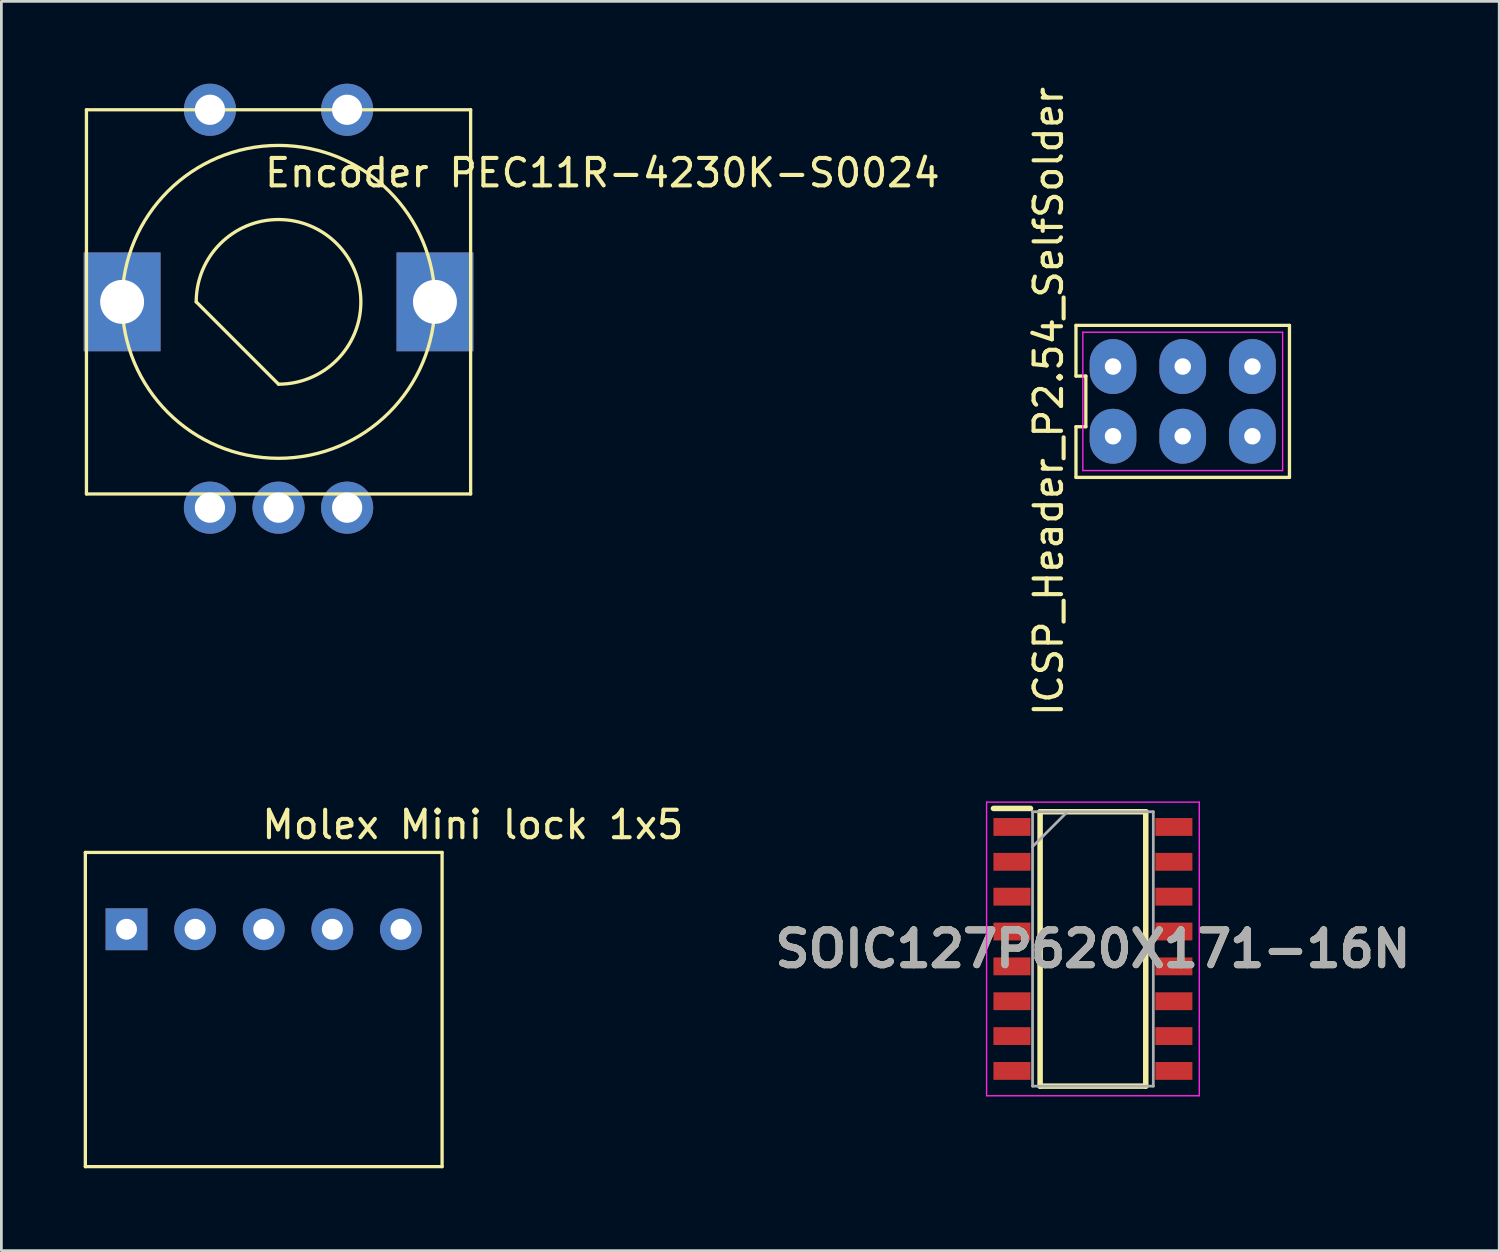
<source format=kicad_pcb>
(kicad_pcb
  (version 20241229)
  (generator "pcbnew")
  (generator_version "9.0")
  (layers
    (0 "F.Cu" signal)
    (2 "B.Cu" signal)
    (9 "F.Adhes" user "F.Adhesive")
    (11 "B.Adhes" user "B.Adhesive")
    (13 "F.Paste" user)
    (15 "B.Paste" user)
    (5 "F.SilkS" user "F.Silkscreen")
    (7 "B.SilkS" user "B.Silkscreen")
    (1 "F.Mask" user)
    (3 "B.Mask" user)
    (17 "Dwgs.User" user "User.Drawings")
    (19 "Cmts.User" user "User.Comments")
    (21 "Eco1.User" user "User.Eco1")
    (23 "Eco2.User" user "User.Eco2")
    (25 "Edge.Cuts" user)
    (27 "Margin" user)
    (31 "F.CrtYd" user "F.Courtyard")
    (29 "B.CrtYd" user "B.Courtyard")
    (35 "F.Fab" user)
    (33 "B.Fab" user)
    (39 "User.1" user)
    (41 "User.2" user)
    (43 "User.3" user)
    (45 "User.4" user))
  (footprint "Encoder PEC11R-4230K-S0024"
    (layer "F.Cu")
    (at 7.1 7.95)
    (property "Reference" "Encoder PEC11R-4230K-S0024" (at 11.8 -4.7 0) (layer "F.SilkS") (effects (font (size 1 1) (thickness 0.15))))
    (attr through_hole)
    (fp_line (start -7 -7) (end 7 -7) (stroke (width 0.12) (type solid)) (layer "F.SilkS"))
    (fp_line (start -7 7) (end -7 -7) (stroke (width 0.12) (type solid)) (layer "F.SilkS"))
    (fp_line (start -3 0) (end 0 3) (stroke (width 0.12) (type solid)) (layer "F.SilkS"))
    (fp_line (start 7 -7) (end 7 7) (stroke (width 0.12) (type solid)) (layer "F.SilkS"))
    (fp_line (start 7 7) (end -7 7) (stroke (width 0.12) (type solid)) (layer "F.SilkS"))
    (fp_arc (start -3 0) (mid 2.12132 -2.12132) (end 0 3) (stroke (width 0.12) (type solid)) (layer "F.SilkS"))
    (fp_circle (center 0 0) (end 4.5 3.5) (stroke (width 0.12) (type solid)) (fill no) (layer "F.SilkS"))
    (pad "" np_thru_hole rect (at -5.7 0) (size 2.8 3.6) (drill 1.6) (layers "*.Cu" "*.Mask"))
    (pad "" np_thru_hole rect (at 5.7 0) (size 2.8 3.6) (drill 1.6) (layers "*.Cu" "*.Mask"))
    (pad "A" thru_hole circle (at -2.5 7.5) (size 1.9 1.9) (drill 1.1) (layers "*.Cu" "*.Mask"))
    (pad "B" thru_hole circle (at 2.5 7.5) (size 1.9 1.9) (drill 1.1) (layers "*.Cu" "*.Mask"))
    (pad "C" thru_hole circle (at 0 7.5) (size 1.9 1.9) (drill 1.1) (layers "*.Cu" "*.Mask"))
    (pad "S1" thru_hole circle (at 2.5 -7) (size 1.9 1.9) (drill 1.1) (layers "*.Cu" "*.Mask"))
    (pad "S2" thru_hole circle (at -2.5 -7) (size 1.9 1.9) (drill 1.1) (layers "*.Cu" "*.Mask")))
  (footprint "SOIC127P620X171-16N"
    (layer "F.Cu")
    (at 36.777 31.53)
    (property "Reference" "SOIC127P620X171-16N" (at 0 0 0) (layer "F.SilkS") (effects (font (size 1.27 1.27) (thickness 0.254))))
    (attr smd)
    (fp_line (start -3.625 -5.12) (end -2.275 -5.12) (stroke (width 0.2) (type solid)) (layer "F.SilkS"))
    (fp_line (start -1.925 -5) (end 1.925 -5) (stroke (width 0.2) (type solid)) (layer "F.SilkS"))
    (fp_line (start -1.925 5) (end -1.925 -5) (stroke (width 0.2) (type solid)) (layer "F.SilkS"))
    (fp_line (start 1.925 -5) (end 1.925 5) (stroke (width 0.2) (type solid)) (layer "F.SilkS"))
    (fp_line (start 1.925 5) (end -1.925 5) (stroke (width 0.2) (type solid)) (layer "F.SilkS"))
    (fp_line (start -3.875 -5.35) (end 3.875 -5.35) (stroke (width 0.05) (type solid)) (layer "F.CrtYd"))
    (fp_line (start -3.875 5.35) (end -3.875 -5.35) (stroke (width 0.05) (type solid)) (layer "F.CrtYd"))
    (fp_line (start 3.875 -5.35) (end 3.875 5.35) (stroke (width 0.05) (type solid)) (layer "F.CrtYd"))
    (fp_line (start 3.875 5.35) (end -3.875 5.35) (stroke (width 0.05) (type solid)) (layer "F.CrtYd"))
    (fp_line (start -2.2 -5) (end 2.2 -5) (stroke (width 0.1) (type solid)) (layer "F.Fab"))
    (fp_line (start -2.2 -3.73) (end -0.93 -5) (stroke (width 0.1) (type solid)) (layer "F.Fab"))
    (fp_line (start -2.2 5) (end -2.2 -5) (stroke (width 0.1) (type solid)) (layer "F.Fab"))
    (fp_line (start 2.2 -5) (end 2.2 5) (stroke (width 0.1) (type solid)) (layer "F.Fab"))
    (fp_line (start 2.2 5) (end -2.2 5) (stroke (width 0.1) (type solid)) (layer "F.Fab"))
    (fp_text user "${REFERENCE}" (at 0 0 0) (layer "F.Fab") (effects (font (size 1.27 1.27) (thickness 0.254))))
    (pad "1" smd rect (at -2.95 -4.445 90) (size 0.65 1.35) (layers "F.Cu" "F.Mask" "F.Paste"))
    (pad "2" smd rect (at -2.95 -3.175 90) (size 0.65 1.35) (layers "F.Cu" "F.Mask" "F.Paste"))
    (pad "3" smd rect (at -2.95 -1.905 90) (size 0.65 1.35) (layers "F.Cu" "F.Mask" "F.Paste"))
    (pad "4" smd rect (at -2.95 -0.635 90) (size 0.65 1.35) (layers "F.Cu" "F.Mask" "F.Paste"))
    (pad "5" smd rect (at -2.95 0.635 90) (size 0.65 1.35) (layers "F.Cu" "F.Mask" "F.Paste"))
    (pad "6" smd rect (at -2.95 1.905 90) (size 0.65 1.35) (layers "F.Cu" "F.Mask" "F.Paste"))
    (pad "7" smd rect (at -2.95 3.175 90) (size 0.65 1.35) (layers "F.Cu" "F.Mask" "F.Paste"))
    (pad "8" smd rect (at -2.95 4.445 90) (size 0.65 1.35) (layers "F.Cu" "F.Mask" "F.Paste"))
    (pad "9" smd rect (at 2.95 4.445 90) (size 0.65 1.35) (layers "F.Cu" "F.Mask" "F.Paste"))
    (pad "10" smd rect (at 2.95 3.175 90) (size 0.65 1.35) (layers "F.Cu" "F.Mask" "F.Paste"))
    (pad "11" smd rect (at 2.95 1.905 90) (size 0.65 1.35) (layers "F.Cu" "F.Mask" "F.Paste"))
    (pad "12" smd rect (at 2.95 0.635 90) (size 0.65 1.35) (layers "F.Cu" "F.Mask" "F.Paste"))
    (pad "13" smd rect (at 2.95 -0.635 90) (size 0.65 1.35) (layers "F.Cu" "F.Mask" "F.Paste"))
    (pad "14" smd rect (at 2.95 -1.905 90) (size 0.65 1.35) (layers "F.Cu" "F.Mask" "F.Paste"))
    (pad "15" smd rect (at 2.95 -3.175 90) (size 0.65 1.35) (layers "F.Cu" "F.Mask" "F.Paste"))
    (pad "16" smd rect (at 2.95 -4.445 90) (size 0.65 1.35) (layers "F.Cu" "F.Mask" "F.Paste")))
  (footprint "Molex Mini lock 1x5"
    (layer "F.Cu")
    (at 6.56 30.813)
    (property "Reference" "Molex Mini lock 1x5" (at 7.62 -3.81 0) (layer "F.SilkS") (effects (font (size 1 1) (thickness 0.15))))
    (attr through_hole)
    (fp_line (start -6.5 -2.8) (end 6.5 -2.8) (stroke (width 0.12) (type solid)) (layer "F.SilkS"))
    (fp_line (start -6.5 8.65) (end -6.5 -2.8) (stroke (width 0.12) (type solid)) (layer "F.SilkS"))
    (fp_line (start 6.5 8.65) (end -6.5 8.65) (stroke (width 0.12) (type solid)) (layer "F.SilkS"))
    (fp_line (start 6.5 8.65) (end 6.5 -2.8) (stroke (width 0.12) (type solid)) (layer "F.SilkS"))
    (pad "1" thru_hole rect (at -5 0) (size 1.524 1.524) (drill 0.762) (layers "*.Cu" "*.Mask"))
    (pad "2" thru_hole circle (at -2.5 0) (size 1.524 1.524) (drill 0.762) (layers "*.Cu" "*.Mask"))
    (pad "3" thru_hole circle (at 0 0) (size 1.524 1.524) (drill 0.762) (layers "*.Cu" "*.Mask"))
    (pad "4" thru_hole circle (at 2.5 0) (size 1.524 1.524) (drill 0.762) (layers "*.Cu" "*.Mask"))
    (pad "5" thru_hole circle (at 5 0) (size 1.524 1.524) (drill 0.762) (layers "*.Cu" "*.Mask")))
  (footprint "ICSP_Header_P2.54_SelfSolder"
    (layer "F.Cu")
    (at 40.049 11.577)
    (property "Reference" "ICSP_Header_P2.54_SelfSolder" (at -4.89 0 90) (layer "F.SilkS") (effects (font (size 1 1) (thickness 0.15))))
    (fp_line (start -3.89 -2.77) (end -3.89 -0.923) (stroke (width 0.12) (type solid)) (layer "F.SilkS"))
    (fp_line (start -3.89 -0.923) (end -3.53 -0.923) (stroke (width 0.12) (type solid)) (layer "F.SilkS"))
    (fp_line (start -3.89 0.923) (end -3.89 2.77) (stroke (width 0.12) (type solid)) (layer "F.SilkS"))
    (fp_line (start -3.89 2.77) (end 3.89 2.77) (stroke (width 0.12) (type solid)) (layer "F.SilkS"))
    (fp_line (start -3.53 -0.923) (end -3.53 0.923) (stroke (width 0.12) (type solid)) (layer "F.SilkS"))
    (fp_line (start -3.53 0.923) (end -3.89 0.923) (stroke (width 0.12) (type solid)) (layer "F.SilkS"))
    (fp_line (start 3.89 -2.77) (end -3.89 -2.77) (stroke (width 0.12) (type solid)) (layer "F.SilkS"))
    (fp_line (start 3.89 2.77) (end 3.89 -2.77) (stroke (width 0.12) (type solid)) (layer "F.SilkS"))
    (fp_line (start -3.64 -2.52) (end 3.64 -2.52) (stroke (width 0.05) (type solid)) (layer "F.CrtYd"))
    (fp_line (start -3.64 2.52) (end -3.64 -2.52) (stroke (width 0.05) (type solid)) (layer "F.CrtYd"))
    (fp_line (start 3.64 -2.52) (end 3.64 2.52) (stroke (width 0.05) (type solid)) (layer "F.CrtYd"))
    (fp_line (start 3.64 2.52) (end -3.64 2.52) (stroke (width 0.05) (type solid)) (layer "F.CrtYd"))
    (pad "1" thru_hole oval (at -2.54 1.27) (size 1.7 2) (drill 0.6) (layers "*.Cu" "*.Mask"))
    (pad "2" thru_hole oval (at 0 1.27) (size 1.7 2) (drill 0.6) (layers "*.Cu" "*.Mask"))
    (pad "3" thru_hole oval (at 2.54 1.27) (size 1.7 2) (drill 0.6) (layers "*.Cu" "*.Mask"))
    (pad "4" thru_hole oval (at 2.54 -1.27) (size 1.7 2) (drill 0.6) (layers "*.Cu" "*.Mask"))
    (pad "5" thru_hole oval (at 0 -1.27) (size 1.7 2) (drill 0.6) (layers "*.Cu" "*.Mask"))
    (pad "6" thru_hole oval (at -2.54 -1.27) (size 1.7 2) (drill 0.6) (layers "*.Cu" "*.Mask")))
  (gr_rect
    (start -3 -3)
    (end 51.582 42.523)
    (stroke (width 0.1) (type default))
    (fill no)
    (layer "Edge.Cuts")))
</source>
